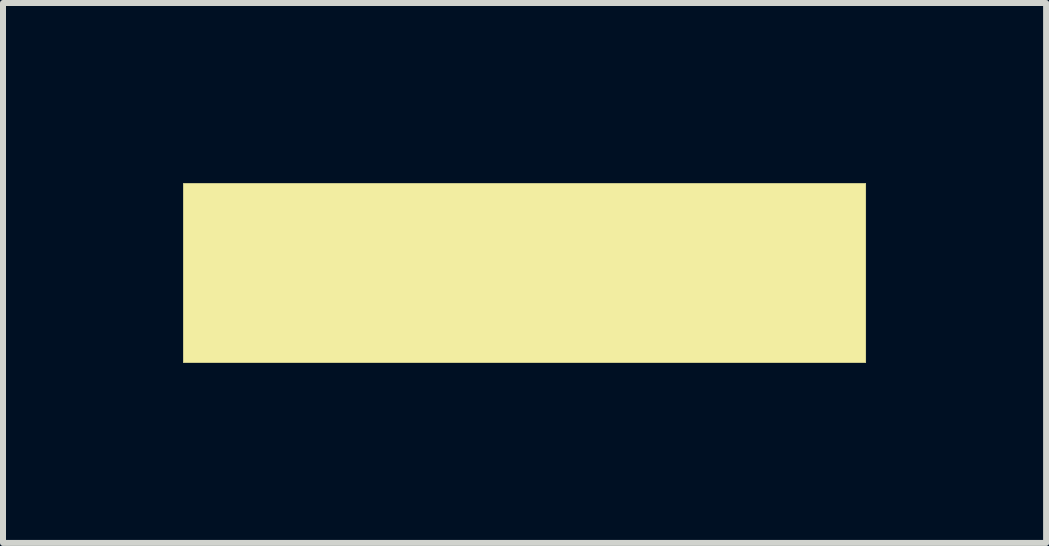
<source format=kicad_pcb>
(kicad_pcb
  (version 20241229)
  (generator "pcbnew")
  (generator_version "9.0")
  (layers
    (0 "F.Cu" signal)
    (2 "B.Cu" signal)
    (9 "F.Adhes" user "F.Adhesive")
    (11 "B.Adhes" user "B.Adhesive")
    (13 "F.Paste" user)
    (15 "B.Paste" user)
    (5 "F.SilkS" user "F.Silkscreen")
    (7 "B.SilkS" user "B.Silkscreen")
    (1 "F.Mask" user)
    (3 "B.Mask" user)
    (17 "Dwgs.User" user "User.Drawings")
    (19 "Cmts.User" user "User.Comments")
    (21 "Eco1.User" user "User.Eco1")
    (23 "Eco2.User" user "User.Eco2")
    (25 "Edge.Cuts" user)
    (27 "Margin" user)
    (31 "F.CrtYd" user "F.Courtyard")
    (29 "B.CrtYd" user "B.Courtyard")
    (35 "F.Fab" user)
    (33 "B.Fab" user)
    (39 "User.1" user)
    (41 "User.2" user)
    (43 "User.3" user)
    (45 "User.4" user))
  (footprint "ttg_11_3"
    (layer "F.Cu")
    (at 5.657 1.466)
    (property "Reference" "ttg_11_3" (at 0 0 0) (layer "F.SilkS") (effects (font (size 1.524 1.524) (thickness 0.3))))
    (attr through_hole)
    (fp_poly (pts (xy 5.715 1.524) (xy -5.652 1.524) (xy -5.652 -1.46) (xy 5.715 -1.46) (xy 5.715 1.524)) (stroke (width 0.01) (type solid)) (fill yes) (layer "F.SilkS")))
  (gr_rect
    (start -3 -3)
    (end 14.377 5.995)
    (stroke (width 0.1) (type default))
    (fill no)
    (layer "Edge.Cuts")))
</source>
